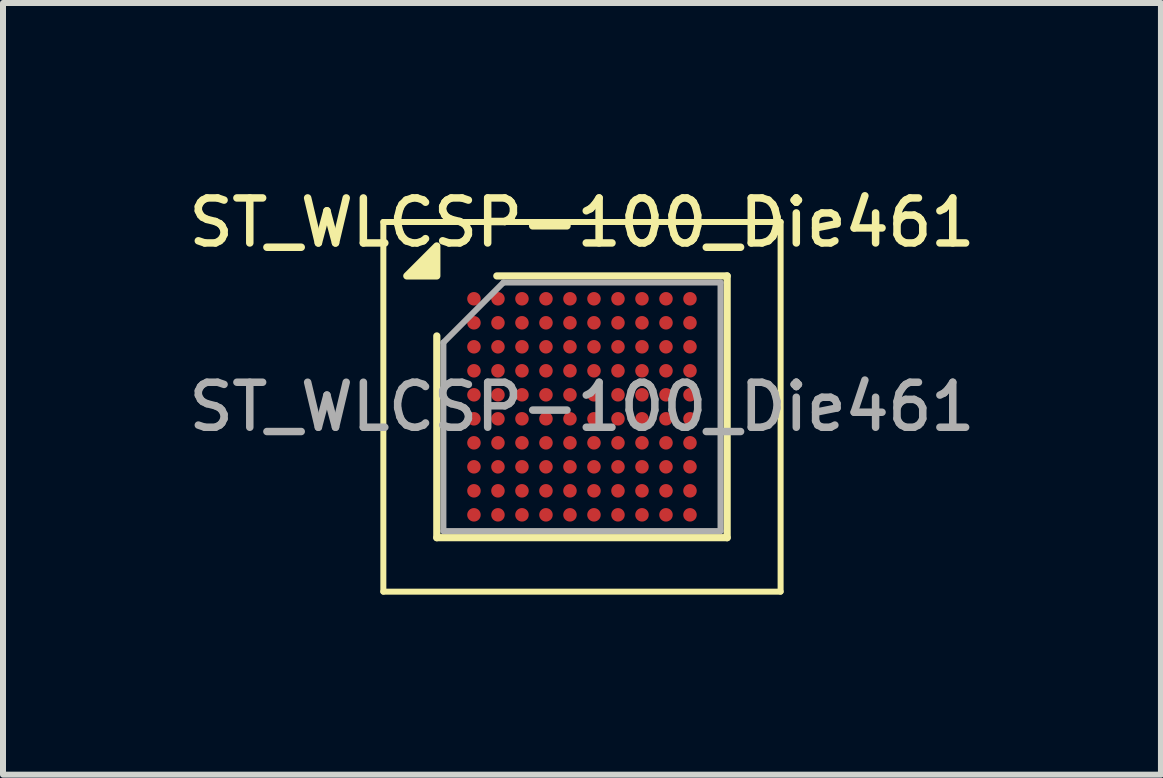
<source format=kicad_pcb>
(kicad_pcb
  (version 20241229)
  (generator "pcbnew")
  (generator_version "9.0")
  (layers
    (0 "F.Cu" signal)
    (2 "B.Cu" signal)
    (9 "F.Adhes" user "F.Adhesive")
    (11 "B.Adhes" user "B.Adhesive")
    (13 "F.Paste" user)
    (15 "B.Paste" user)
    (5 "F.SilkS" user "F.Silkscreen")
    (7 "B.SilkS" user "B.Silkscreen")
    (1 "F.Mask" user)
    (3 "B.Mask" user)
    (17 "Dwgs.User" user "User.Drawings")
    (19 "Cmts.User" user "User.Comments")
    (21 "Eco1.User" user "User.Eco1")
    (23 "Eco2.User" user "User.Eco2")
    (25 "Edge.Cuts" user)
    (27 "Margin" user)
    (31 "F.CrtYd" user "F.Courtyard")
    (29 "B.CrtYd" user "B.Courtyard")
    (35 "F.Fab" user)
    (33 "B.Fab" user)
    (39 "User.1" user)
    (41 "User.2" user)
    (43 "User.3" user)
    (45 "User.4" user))
  (footprint "ST_WLCSP-100_Die461"
    (layer "F.Cu")
    (at 6.648 3.729)
    (property "Reference" "ST_WLCSP-100_Die461" (at 0 -3.071 0) (layer "F.SilkS") (effects (font (size 0.75 0.75) (thickness 0.125))))
    (attr smd)
    (fp_line (start -3.31 -3.08) (end -3.31 3.08) (stroke (width 0.1) (type solid)) (layer "F.SilkS"))
    (fp_line (start -3.31 3.08) (end 3.31 3.08) (stroke (width 0.1) (type solid)) (layer "F.SilkS"))
    (fp_line (start -2.419 2.181) (end -2.419 -1.181) (stroke (width 0.12) (type solid)) (layer "F.SilkS"))
    (fp_line (start -1.419 -2.181) (end 2.419 -2.181) (stroke (width 0.12) (type solid)) (layer "F.SilkS"))
    (fp_line (start 2.419 -2.181) (end 2.419 2.181) (stroke (width 0.12) (type solid)) (layer "F.SilkS"))
    (fp_line (start 2.419 2.181) (end -2.419 2.181) (stroke (width 0.12) (type solid)) (layer "F.SilkS"))
    (fp_line (start 3.31 -3.08) (end -3.31 -3.08) (stroke (width 0.1) (type solid)) (layer "F.SilkS"))
    (fp_line (start 3.31 3.08) (end 3.31 -3.08) (stroke (width 0.1) (type solid)) (layer "F.SilkS"))
    (fp_poly (pts (xy -2.419 -2.181) (xy -2.919 -2.181) (xy -2.419 -2.681) (xy -2.419 -2.181)) (stroke (width 0.12) (type solid)) (fill yes) (layer "F.SilkS"))
    (fp_line (start -2.309 -1.071) (end -1.309 -2.071) (stroke (width 0.1) (type solid)) (layer "F.Fab"))
    (fp_line (start -2.309 2.071) (end -2.309 -1.071) (stroke (width 0.1) (type solid)) (layer "F.Fab"))
    (fp_line (start -1.309 -2.071) (end 2.309 -2.071) (stroke (width 0.1) (type solid)) (layer "F.Fab"))
    (fp_line (start 2.309 -2.071) (end 2.309 2.071) (stroke (width 0.1) (type solid)) (layer "F.Fab"))
    (fp_line (start 2.309 2.071) (end -2.309 2.071) (stroke (width 0.1) (type solid)) (layer "F.Fab"))
    (fp_text user "${REFERENCE}" (at 0 0 0) (layer "F.Fab") (effects (font (size 0.75 0.75) (thickness 0.125))))
    (pad "A1" smd circle (at -1.8 -1.8) (size 0.225 0.225) (property pad_prop_bga) (layers "F.Cu" "F.Mask" "F.Paste"))
    (pad "A2" smd circle (at -1.4 -1.8) (size 0.225 0.225) (property pad_prop_bga) (layers "F.Cu" "F.Mask" "F.Paste"))
    (pad "A3" smd circle (at -1 -1.8) (size 0.225 0.225) (property pad_prop_bga) (layers "F.Cu" "F.Mask" "F.Paste"))
    (pad "A4" smd circle (at -0.6 -1.8) (size 0.225 0.225) (property pad_prop_bga) (layers "F.Cu" "F.Mask" "F.Paste"))
    (pad "A5" smd circle (at -0.2 -1.8) (size 0.225 0.225) (property pad_prop_bga) (layers "F.Cu" "F.Mask" "F.Paste"))
    (pad "A6" smd circle (at 0.2 -1.8) (size 0.225 0.225) (property pad_prop_bga) (layers "F.Cu" "F.Mask" "F.Paste"))
    (pad "A7" smd circle (at 0.6 -1.8) (size 0.225 0.225) (property pad_prop_bga) (layers "F.Cu" "F.Mask" "F.Paste"))
    (pad "A8" smd circle (at 1 -1.8) (size 0.225 0.225) (property pad_prop_bga) (layers "F.Cu" "F.Mask" "F.Paste"))
    (pad "A9" smd circle (at 1.4 -1.8) (size 0.225 0.225) (property pad_prop_bga) (layers "F.Cu" "F.Mask" "F.Paste"))
    (pad "A10" smd circle (at 1.8 -1.8) (size 0.225 0.225) (property pad_prop_bga) (layers "F.Cu" "F.Mask" "F.Paste"))
    (pad "B1" smd circle (at -1.8 -1.4) (size 0.225 0.225) (property pad_prop_bga) (layers "F.Cu" "F.Mask" "F.Paste"))
    (pad "B2" smd circle (at -1.4 -1.4) (size 0.225 0.225) (property pad_prop_bga) (layers "F.Cu" "F.Mask" "F.Paste"))
    (pad "B3" smd circle (at -1 -1.4) (size 0.225 0.225) (property pad_prop_bga) (layers "F.Cu" "F.Mask" "F.Paste"))
    (pad "B4" smd circle (at -0.6 -1.4) (size 0.225 0.225) (property pad_prop_bga) (layers "F.Cu" "F.Mask" "F.Paste"))
    (pad "B5" smd circle (at -0.2 -1.4) (size 0.225 0.225) (property pad_prop_bga) (layers "F.Cu" "F.Mask" "F.Paste"))
    (pad "B6" smd circle (at 0.2 -1.4) (size 0.225 0.225) (property pad_prop_bga) (layers "F.Cu" "F.Mask" "F.Paste"))
    (pad "B7" smd circle (at 0.6 -1.4) (size 0.225 0.225) (property pad_prop_bga) (layers "F.Cu" "F.Mask" "F.Paste"))
    (pad "B8" smd circle (at 1 -1.4) (size 0.225 0.225) (property pad_prop_bga) (layers "F.Cu" "F.Mask" "F.Paste"))
    (pad "B9" smd circle (at 1.4 -1.4) (size 0.225 0.225) (property pad_prop_bga) (layers "F.Cu" "F.Mask" "F.Paste"))
    (pad "B10" smd circle (at 1.8 -1.4) (size 0.225 0.225) (property pad_prop_bga) (layers "F.Cu" "F.Mask" "F.Paste"))
    (pad "C1" smd circle (at -1.8 -1) (size 0.225 0.225) (property pad_prop_bga) (layers "F.Cu" "F.Mask" "F.Paste"))
    (pad "C2" smd circle (at -1.4 -1) (size 0.225 0.225) (property pad_prop_bga) (layers "F.Cu" "F.Mask" "F.Paste"))
    (pad "C3" smd circle (at -1 -1) (size 0.225 0.225) (property pad_prop_bga) (layers "F.Cu" "F.Mask" "F.Paste"))
    (pad "C4" smd circle (at -0.6 -1) (size 0.225 0.225) (property pad_prop_bga) (layers "F.Cu" "F.Mask" "F.Paste"))
    (pad "C5" smd circle (at -0.2 -1) (size 0.225 0.225) (property pad_prop_bga) (layers "F.Cu" "F.Mask" "F.Paste"))
    (pad "C6" smd circle (at 0.2 -1) (size 0.225 0.225) (property pad_prop_bga) (layers "F.Cu" "F.Mask" "F.Paste"))
    (pad "C7" smd circle (at 0.6 -1) (size 0.225 0.225) (property pad_prop_bga) (layers "F.Cu" "F.Mask" "F.Paste"))
    (pad "C8" smd circle (at 1 -1) (size 0.225 0.225) (property pad_prop_bga) (layers "F.Cu" "F.Mask" "F.Paste"))
    (pad "C9" smd circle (at 1.4 -1) (size 0.225 0.225) (property pad_prop_bga) (layers "F.Cu" "F.Mask" "F.Paste"))
    (pad "C10" smd circle (at 1.8 -1) (size 0.225 0.225) (property pad_prop_bga) (layers "F.Cu" "F.Mask" "F.Paste"))
    (pad "D1" smd circle (at -1.8 -0.6) (size 0.225 0.225) (property pad_prop_bga) (layers "F.Cu" "F.Mask" "F.Paste"))
    (pad "D2" smd circle (at -1.4 -0.6) (size 0.225 0.225) (property pad_prop_bga) (layers "F.Cu" "F.Mask" "F.Paste"))
    (pad "D3" smd circle (at -1 -0.6) (size 0.225 0.225) (property pad_prop_bga) (layers "F.Cu" "F.Mask" "F.Paste"))
    (pad "D4" smd circle (at -0.6 -0.6) (size 0.225 0.225) (property pad_prop_bga) (layers "F.Cu" "F.Mask" "F.Paste"))
    (pad "D5" smd circle (at -0.2 -0.6) (size 0.225 0.225) (property pad_prop_bga) (layers "F.Cu" "F.Mask" "F.Paste"))
    (pad "D6" smd circle (at 0.2 -0.6) (size 0.225 0.225) (property pad_prop_bga) (layers "F.Cu" "F.Mask" "F.Paste"))
    (pad "D7" smd circle (at 0.6 -0.6) (size 0.225 0.225) (property pad_prop_bga) (layers "F.Cu" "F.Mask" "F.Paste"))
    (pad "D8" smd circle (at 1 -0.6) (size 0.225 0.225) (property pad_prop_bga) (layers "F.Cu" "F.Mask" "F.Paste"))
    (pad "D9" smd circle (at 1.4 -0.6) (size 0.225 0.225) (property pad_prop_bga) (layers "F.Cu" "F.Mask" "F.Paste"))
    (pad "D10" smd circle (at 1.8 -0.6) (size 0.225 0.225) (property pad_prop_bga) (layers "F.Cu" "F.Mask" "F.Paste"))
    (pad "E1" smd circle (at -1.8 -0.2) (size 0.225 0.225) (property pad_prop_bga) (layers "F.Cu" "F.Mask" "F.Paste"))
    (pad "E2" smd circle (at -1.4 -0.2) (size 0.225 0.225) (property pad_prop_bga) (layers "F.Cu" "F.Mask" "F.Paste"))
    (pad "E3" smd circle (at -1 -0.2) (size 0.225 0.225) (property pad_prop_bga) (layers "F.Cu" "F.Mask" "F.Paste"))
    (pad "E4" smd circle (at -0.6 -0.2) (size 0.225 0.225) (property pad_prop_bga) (layers "F.Cu" "F.Mask" "F.Paste"))
    (pad "E5" smd circle (at -0.2 -0.2) (size 0.225 0.225) (property pad_prop_bga) (layers "F.Cu" "F.Mask" "F.Paste"))
    (pad "E6" smd circle (at 0.2 -0.2) (size 0.225 0.225) (property pad_prop_bga) (layers "F.Cu" "F.Mask" "F.Paste"))
    (pad "E7" smd circle (at 0.6 -0.2) (size 0.225 0.225) (property pad_prop_bga) (layers "F.Cu" "F.Mask" "F.Paste"))
    (pad "E8" smd circle (at 1 -0.2) (size 0.225 0.225) (property pad_prop_bga) (layers "F.Cu" "F.Mask" "F.Paste"))
    (pad "E9" smd circle (at 1.4 -0.2) (size 0.225 0.225) (property pad_prop_bga) (layers "F.Cu" "F.Mask" "F.Paste"))
    (pad "E10" smd circle (at 1.8 -0.2) (size 0.225 0.225) (property pad_prop_bga) (layers "F.Cu" "F.Mask" "F.Paste"))
    (pad "F1" smd circle (at -1.8 0.2) (size 0.225 0.225) (property pad_prop_bga) (layers "F.Cu" "F.Mask" "F.Paste"))
    (pad "F2" smd circle (at -1.4 0.2) (size 0.225 0.225) (property pad_prop_bga) (layers "F.Cu" "F.Mask" "F.Paste"))
    (pad "F3" smd circle (at -1 0.2) (size 0.225 0.225) (property pad_prop_bga) (layers "F.Cu" "F.Mask" "F.Paste"))
    (pad "F4" smd circle (at -0.6 0.2) (size 0.225 0.225) (property pad_prop_bga) (layers "F.Cu" "F.Mask" "F.Paste"))
    (pad "F5" smd circle (at -0.2 0.2) (size 0.225 0.225) (property pad_prop_bga) (layers "F.Cu" "F.Mask" "F.Paste"))
    (pad "F6" smd circle (at 0.2 0.2) (size 0.225 0.225) (property pad_prop_bga) (layers "F.Cu" "F.Mask" "F.Paste"))
    (pad "F7" smd circle (at 0.6 0.2) (size 0.225 0.225) (property pad_prop_bga) (layers "F.Cu" "F.Mask" "F.Paste"))
    (pad "F8" smd circle (at 1 0.2) (size 0.225 0.225) (property pad_prop_bga) (layers "F.Cu" "F.Mask" "F.Paste"))
    (pad "F9" smd circle (at 1.4 0.2) (size 0.225 0.225) (property pad_prop_bga) (layers "F.Cu" "F.Mask" "F.Paste"))
    (pad "F10" smd circle (at 1.8 0.2) (size 0.225 0.225) (property pad_prop_bga) (layers "F.Cu" "F.Mask" "F.Paste"))
    (pad "G1" smd circle (at -1.8 0.6) (size 0.225 0.225) (property pad_prop_bga) (layers "F.Cu" "F.Mask" "F.Paste"))
    (pad "G2" smd circle (at -1.4 0.6) (size 0.225 0.225) (property pad_prop_bga) (layers "F.Cu" "F.Mask" "F.Paste"))
    (pad "G3" smd circle (at -1 0.6) (size 0.225 0.225) (property pad_prop_bga) (layers "F.Cu" "F.Mask" "F.Paste"))
    (pad "G4" smd circle (at -0.6 0.6) (size 0.225 0.225) (property pad_prop_bga) (layers "F.Cu" "F.Mask" "F.Paste"))
    (pad "G5" smd circle (at -0.2 0.6) (size 0.225 0.225) (property pad_prop_bga) (layers "F.Cu" "F.Mask" "F.Paste"))
    (pad "G6" smd circle (at 0.2 0.6) (size 0.225 0.225) (property pad_prop_bga) (layers "F.Cu" "F.Mask" "F.Paste"))
    (pad "G7" smd circle (at 0.6 0.6) (size 0.225 0.225) (property pad_prop_bga) (layers "F.Cu" "F.Mask" "F.Paste"))
    (pad "G8" smd circle (at 1 0.6) (size 0.225 0.225) (property pad_prop_bga) (layers "F.Cu" "F.Mask" "F.Paste"))
    (pad "G9" smd circle (at 1.4 0.6) (size 0.225 0.225) (property pad_prop_bga) (layers "F.Cu" "F.Mask" "F.Paste"))
    (pad "G10" smd circle (at 1.8 0.6) (size 0.225 0.225) (property pad_prop_bga) (layers "F.Cu" "F.Mask" "F.Paste"))
    (pad "H1" smd circle (at -1.8 1) (size 0.225 0.225) (property pad_prop_bga) (layers "F.Cu" "F.Mask" "F.Paste"))
    (pad "H2" smd circle (at -1.4 1) (size 0.225 0.225) (property pad_prop_bga) (layers "F.Cu" "F.Mask" "F.Paste"))
    (pad "H3" smd circle (at -1 1) (size 0.225 0.225) (property pad_prop_bga) (layers "F.Cu" "F.Mask" "F.Paste"))
    (pad "H4" smd circle (at -0.6 1) (size 0.225 0.225) (property pad_prop_bga) (layers "F.Cu" "F.Mask" "F.Paste"))
    (pad "H5" smd circle (at -0.2 1) (size 0.225 0.225) (property pad_prop_bga) (layers "F.Cu" "F.Mask" "F.Paste"))
    (pad "H6" smd circle (at 0.2 1) (size 0.225 0.225) (property pad_prop_bga) (layers "F.Cu" "F.Mask" "F.Paste"))
    (pad "H7" smd circle (at 0.6 1) (size 0.225 0.225) (property pad_prop_bga) (layers "F.Cu" "F.Mask" "F.Paste"))
    (pad "H8" smd circle (at 1 1) (size 0.225 0.225) (property pad_prop_bga) (layers "F.Cu" "F.Mask" "F.Paste"))
    (pad "H9" smd circle (at 1.4 1) (size 0.225 0.225) (property pad_prop_bga) (layers "F.Cu" "F.Mask" "F.Paste"))
    (pad "H10" smd circle (at 1.8 1) (size 0.225 0.225) (property pad_prop_bga) (layers "F.Cu" "F.Mask" "F.Paste"))
    (pad "J1" smd circle (at -1.8 1.4) (size 0.225 0.225) (property pad_prop_bga) (layers "F.Cu" "F.Mask" "F.Paste"))
    (pad "J2" smd circle (at -1.4 1.4) (size 0.225 0.225) (property pad_prop_bga) (layers "F.Cu" "F.Mask" "F.Paste"))
    (pad "J3" smd circle (at -1 1.4) (size 0.225 0.225) (property pad_prop_bga) (layers "F.Cu" "F.Mask" "F.Paste"))
    (pad "J4" smd circle (at -0.6 1.4) (size 0.225 0.225) (property pad_prop_bga) (layers "F.Cu" "F.Mask" "F.Paste"))
    (pad "J5" smd circle (at -0.2 1.4) (size 0.225 0.225) (property pad_prop_bga) (layers "F.Cu" "F.Mask" "F.Paste"))
    (pad "J6" smd circle (at 0.2 1.4) (size 0.225 0.225) (property pad_prop_bga) (layers "F.Cu" "F.Mask" "F.Paste"))
    (pad "J7" smd circle (at 0.6 1.4) (size 0.225 0.225) (property pad_prop_bga) (layers "F.Cu" "F.Mask" "F.Paste"))
    (pad "J8" smd circle (at 1 1.4) (size 0.225 0.225) (property pad_prop_bga) (layers "F.Cu" "F.Mask" "F.Paste"))
    (pad "J9" smd circle (at 1.4 1.4) (size 0.225 0.225) (property pad_prop_bga) (layers "F.Cu" "F.Mask" "F.Paste"))
    (pad "J10" smd circle (at 1.8 1.4) (size 0.225 0.225) (property pad_prop_bga) (layers "F.Cu" "F.Mask" "F.Paste"))
    (pad "K1" smd circle (at -1.8 1.8) (size 0.225 0.225) (property pad_prop_bga) (layers "F.Cu" "F.Mask" "F.Paste"))
    (pad "K2" smd circle (at -1.4 1.8) (size 0.225 0.225) (property pad_prop_bga) (layers "F.Cu" "F.Mask" "F.Paste"))
    (pad "K3" smd circle (at -1 1.8) (size 0.225 0.225) (property pad_prop_bga) (layers "F.Cu" "F.Mask" "F.Paste"))
    (pad "K4" smd circle (at -0.6 1.8) (size 0.225 0.225) (property pad_prop_bga) (layers "F.Cu" "F.Mask" "F.Paste"))
    (pad "K5" smd circle (at -0.2 1.8) (size 0.225 0.225) (property pad_prop_bga) (layers "F.Cu" "F.Mask" "F.Paste"))
    (pad "K6" smd circle (at 0.2 1.8) (size 0.225 0.225) (property pad_prop_bga) (layers "F.Cu" "F.Mask" "F.Paste"))
    (pad "K7" smd circle (at 0.6 1.8) (size 0.225 0.225) (property pad_prop_bga) (layers "F.Cu" "F.Mask" "F.Paste"))
    (pad "K8" smd circle (at 1 1.8) (size 0.225 0.225) (property pad_prop_bga) (layers "F.Cu" "F.Mask" "F.Paste"))
    (pad "K9" smd circle (at 1.4 1.8) (size 0.225 0.225) (property pad_prop_bga) (layers "F.Cu" "F.Mask" "F.Paste"))
    (pad "K10" smd circle (at 1.8 1.8) (size 0.225 0.225) (property pad_prop_bga) (layers "F.Cu" "F.Mask" "F.Paste")))
  (gr_rect
    (start -3 -3)
    (end 16.296 9.859)
    (stroke (width 0.1) (type default))
    (fill no)
    (layer "Edge.Cuts")))
</source>
